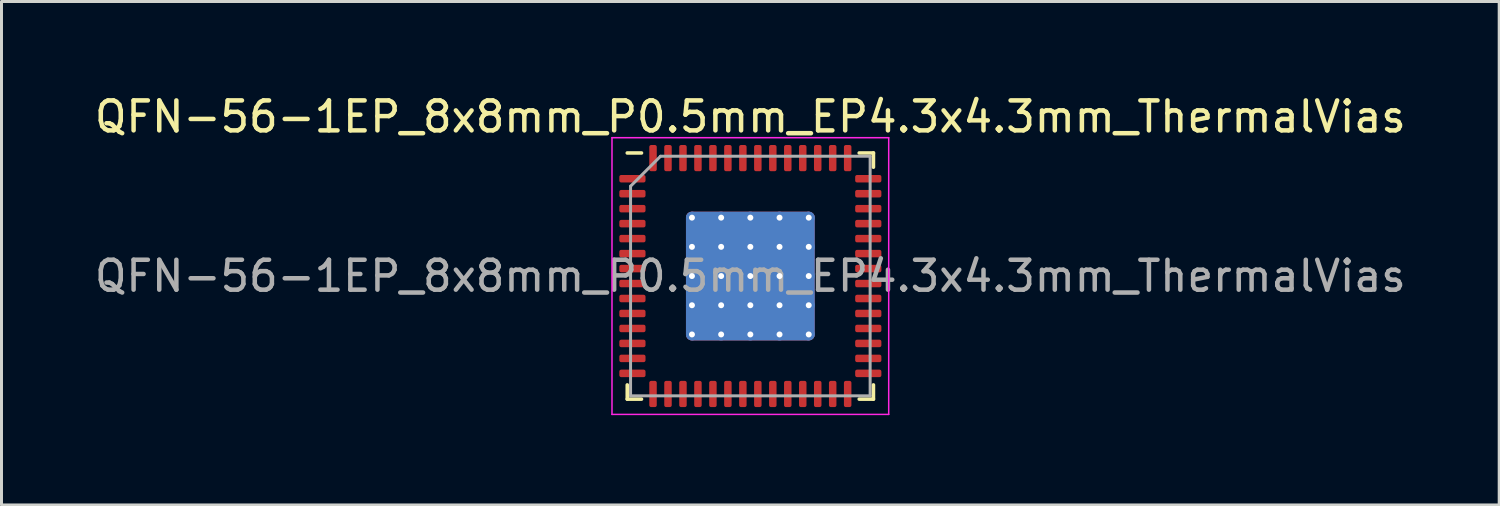
<source format=kicad_pcb>
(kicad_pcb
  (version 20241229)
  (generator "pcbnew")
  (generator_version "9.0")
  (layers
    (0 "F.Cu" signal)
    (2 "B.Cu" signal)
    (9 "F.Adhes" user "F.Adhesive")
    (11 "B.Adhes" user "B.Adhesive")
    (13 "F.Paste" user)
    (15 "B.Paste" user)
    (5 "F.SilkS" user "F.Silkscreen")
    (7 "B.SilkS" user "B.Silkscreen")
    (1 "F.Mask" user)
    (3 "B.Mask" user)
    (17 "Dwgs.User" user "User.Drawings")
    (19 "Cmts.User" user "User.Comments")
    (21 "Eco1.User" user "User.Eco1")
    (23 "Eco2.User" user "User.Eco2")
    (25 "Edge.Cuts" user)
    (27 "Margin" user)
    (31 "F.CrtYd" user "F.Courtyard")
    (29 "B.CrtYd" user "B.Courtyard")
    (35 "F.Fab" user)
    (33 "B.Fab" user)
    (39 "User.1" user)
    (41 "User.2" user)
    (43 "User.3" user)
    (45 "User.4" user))
  (footprint "QFN-56-1EP_8x8mm_P0.5mm_EP4.3x4.3mm_ThermalVias"
    (layer "F.Cu")
    (at 22.006 6.168)
    (property "Reference" "QFN-56-1EP_8x8mm_P0.5mm_EP4.3x4.3mm_ThermalVias" (at 0 -5.32 0) (layer "F.SilkS") (effects (font (size 1 1) (thickness 0.15))))
    (attr smd)
    (fp_line (start -4.11 4.11) (end -4.11 3.635) (stroke (width 0.12) (type solid)) (layer "F.SilkS"))
    (fp_line (start -3.635 -4.11) (end -4.11 -4.11) (stroke (width 0.12) (type solid)) (layer "F.SilkS"))
    (fp_line (start -3.635 4.11) (end -4.11 4.11) (stroke (width 0.12) (type solid)) (layer "F.SilkS"))
    (fp_line (start 3.635 -4.11) (end 4.11 -4.11) (stroke (width 0.12) (type solid)) (layer "F.SilkS"))
    (fp_line (start 3.635 4.11) (end 4.11 4.11) (stroke (width 0.12) (type solid)) (layer "F.SilkS"))
    (fp_line (start 4.11 -4.11) (end 4.11 -3.635) (stroke (width 0.12) (type solid)) (layer "F.SilkS"))
    (fp_line (start 4.11 4.11) (end 4.11 3.635) (stroke (width 0.12) (type solid)) (layer "F.SilkS"))
    (fp_line (start -4.62 -4.62) (end -4.62 4.62) (stroke (width 0.05) (type solid)) (layer "F.CrtYd"))
    (fp_line (start -4.62 4.62) (end 4.62 4.62) (stroke (width 0.05) (type solid)) (layer "F.CrtYd"))
    (fp_line (start 4.62 -4.62) (end -4.62 -4.62) (stroke (width 0.05) (type solid)) (layer "F.CrtYd"))
    (fp_line (start 4.62 4.62) (end 4.62 -4.62) (stroke (width 0.05) (type solid)) (layer "F.CrtYd"))
    (fp_line (start -4 -3) (end -3 -4) (stroke (width 0.1) (type solid)) (layer "F.Fab"))
    (fp_line (start -4 4) (end -4 -3) (stroke (width 0.1) (type solid)) (layer "F.Fab"))
    (fp_line (start -3 -4) (end 4 -4) (stroke (width 0.1) (type solid)) (layer "F.Fab"))
    (fp_line (start 4 -4) (end 4 4) (stroke (width 0.1) (type solid)) (layer "F.Fab"))
    (fp_line (start 4 4) (end -4 4) (stroke (width 0.1) (type solid)) (layer "F.Fab"))
    (fp_text user "${REFERENCE}" (at 0 0 0) (layer "F.Fab") (effects (font (size 1 1) (thickness 0.15))))
    (pad "" smd custom (at -1.462 -1.462) (size 0.733 0.733) (layers "F.Paste") (options (anchor circle)) (primitives (gr_poly (pts (xy -0.317 -0.235) (xy -0.235 -0.317) (xy 0.235 -0.317) (xy 0.317 -0.235) (xy 0.317 0.235) (xy 0.235 0.317) (xy -0.235 0.317) (xy -0.317 0.235)) (width 0.199) (fill yes))))
    (pad "" smd custom (at -1.462 -0.487) (size 0.733 0.733) (layers "F.Paste") (options (anchor circle)) (primitives (gr_poly (pts (xy -0.317 -0.235) (xy -0.235 -0.317) (xy 0.235 -0.317) (xy 0.317 -0.235) (xy 0.317 0.235) (xy 0.235 0.317) (xy -0.235 0.317) (xy -0.317 0.235)) (width 0.199) (fill yes))))
    (pad "" smd custom (at -1.462 0.487) (size 0.733 0.733) (layers "F.Paste") (options (anchor circle)) (primitives (gr_poly (pts (xy -0.317 -0.235) (xy -0.235 -0.317) (xy 0.235 -0.317) (xy 0.317 -0.235) (xy 0.317 0.235) (xy 0.235 0.317) (xy -0.235 0.317) (xy -0.317 0.235)) (width 0.199) (fill yes))))
    (pad "" smd custom (at -1.462 1.462) (size 0.733 0.733) (layers "F.Paste") (options (anchor circle)) (primitives (gr_poly (pts (xy -0.317 -0.235) (xy -0.235 -0.317) (xy 0.235 -0.317) (xy 0.317 -0.235) (xy 0.317 0.235) (xy 0.235 0.317) (xy -0.235 0.317) (xy -0.317 0.235)) (width 0.199) (fill yes))))
    (pad "" smd custom (at -0.487 -1.462) (size 0.733 0.733) (layers "F.Paste") (options (anchor circle)) (primitives (gr_poly (pts (xy -0.317 -0.235) (xy -0.235 -0.317) (xy 0.235 -0.317) (xy 0.317 -0.235) (xy 0.317 0.235) (xy 0.235 0.317) (xy -0.235 0.317) (xy -0.317 0.235)) (width 0.199) (fill yes))))
    (pad "" smd custom (at -0.487 -0.487) (size 0.733 0.733) (layers "F.Paste") (options (anchor circle)) (primitives (gr_poly (pts (xy -0.317 -0.235) (xy -0.235 -0.317) (xy 0.235 -0.317) (xy 0.317 -0.235) (xy 0.317 0.235) (xy 0.235 0.317) (xy -0.235 0.317) (xy -0.317 0.235)) (width 0.199) (fill yes))))
    (pad "" smd custom (at -0.487 0.487) (size 0.733 0.733) (layers "F.Paste") (options (anchor circle)) (primitives (gr_poly (pts (xy -0.317 -0.235) (xy -0.235 -0.317) (xy 0.235 -0.317) (xy 0.317 -0.235) (xy 0.317 0.235) (xy 0.235 0.317) (xy -0.235 0.317) (xy -0.317 0.235)) (width 0.199) (fill yes))))
    (pad "" smd custom (at -0.487 1.462) (size 0.733 0.733) (layers "F.Paste") (options (anchor circle)) (primitives (gr_poly (pts (xy -0.317 -0.235) (xy -0.235 -0.317) (xy 0.235 -0.317) (xy 0.317 -0.235) (xy 0.317 0.235) (xy 0.235 0.317) (xy -0.235 0.317) (xy -0.317 0.235)) (width 0.199) (fill yes))))
    (pad "" smd custom (at 0.487 -1.462) (size 0.733 0.733) (layers "F.Paste") (options (anchor circle)) (primitives (gr_poly (pts (xy -0.317 -0.235) (xy -0.235 -0.317) (xy 0.235 -0.317) (xy 0.317 -0.235) (xy 0.317 0.235) (xy 0.235 0.317) (xy -0.235 0.317) (xy -0.317 0.235)) (width 0.199) (fill yes))))
    (pad "" smd custom (at 0.487 -0.487) (size 0.733 0.733) (layers "F.Paste") (options (anchor circle)) (primitives (gr_poly (pts (xy -0.317 -0.235) (xy -0.235 -0.317) (xy 0.235 -0.317) (xy 0.317 -0.235) (xy 0.317 0.235) (xy 0.235 0.317) (xy -0.235 0.317) (xy -0.317 0.235)) (width 0.199) (fill yes))))
    (pad "" smd custom (at 0.487 0.487) (size 0.733 0.733) (layers "F.Paste") (options (anchor circle)) (primitives (gr_poly (pts (xy -0.317 -0.235) (xy -0.235 -0.317) (xy 0.235 -0.317) (xy 0.317 -0.235) (xy 0.317 0.235) (xy 0.235 0.317) (xy -0.235 0.317) (xy -0.317 0.235)) (width 0.199) (fill yes))))
    (pad "" smd custom (at 0.487 1.462) (size 0.733 0.733) (layers "F.Paste") (options (anchor circle)) (primitives (gr_poly (pts (xy -0.317 -0.235) (xy -0.235 -0.317) (xy 0.235 -0.317) (xy 0.317 -0.235) (xy 0.317 0.235) (xy 0.235 0.317) (xy -0.235 0.317) (xy -0.317 0.235)) (width 0.199) (fill yes))))
    (pad "" smd custom (at 1.462 -1.462) (size 0.733 0.733) (layers "F.Paste") (options (anchor circle)) (primitives (gr_poly (pts (xy -0.317 -0.235) (xy -0.235 -0.317) (xy 0.235 -0.317) (xy 0.317 -0.235) (xy 0.317 0.235) (xy 0.235 0.317) (xy -0.235 0.317) (xy -0.317 0.235)) (width 0.199) (fill yes))))
    (pad "" smd custom (at 1.462 -0.487) (size 0.733 0.733) (layers "F.Paste") (options (anchor circle)) (primitives (gr_poly (pts (xy -0.317 -0.235) (xy -0.235 -0.317) (xy 0.235 -0.317) (xy 0.317 -0.235) (xy 0.317 0.235) (xy 0.235 0.317) (xy -0.235 0.317) (xy -0.317 0.235)) (width 0.199) (fill yes))))
    (pad "" smd custom (at 1.462 0.487) (size 0.733 0.733) (layers "F.Paste") (options (anchor circle)) (primitives (gr_poly (pts (xy -0.317 -0.235) (xy -0.235 -0.317) (xy 0.235 -0.317) (xy 0.317 -0.235) (xy 0.317 0.235) (xy 0.235 0.317) (xy -0.235 0.317) (xy -0.317 0.235)) (width 0.199) (fill yes))))
    (pad "" smd custom (at 1.462 1.462) (size 0.733 0.733) (layers "F.Paste") (options (anchor circle)) (primitives (gr_poly (pts (xy -0.317 -0.235) (xy -0.235 -0.317) (xy 0.235 -0.317) (xy 0.317 -0.235) (xy 0.317 0.235) (xy 0.235 0.317) (xy -0.235 0.317) (xy -0.317 0.235)) (width 0.199) (fill yes))))
    (pad "1" smd roundrect (at -3.938 -3.25) (size 0.875 0.25) (layers "F.Cu" "F.Mask" "F.Paste") (roundrect_rratio 0.25))
    (pad "2" smd roundrect (at -3.938 -2.75) (size 0.875 0.25) (layers "F.Cu" "F.Mask" "F.Paste") (roundrect_rratio 0.25))
    (pad "3" smd roundrect (at -3.938 -2.25) (size 0.875 0.25) (layers "F.Cu" "F.Mask" "F.Paste") (roundrect_rratio 0.25))
    (pad "4" smd roundrect (at -3.938 -1.75) (size 0.875 0.25) (layers "F.Cu" "F.Mask" "F.Paste") (roundrect_rratio 0.25))
    (pad "5" smd roundrect (at -3.938 -1.25) (size 0.875 0.25) (layers "F.Cu" "F.Mask" "F.Paste") (roundrect_rratio 0.25))
    (pad "6" smd roundrect (at -3.938 -0.75) (size 0.875 0.25) (layers "F.Cu" "F.Mask" "F.Paste") (roundrect_rratio 0.25))
    (pad "7" smd roundrect (at -3.938 -0.25) (size 0.875 0.25) (layers "F.Cu" "F.Mask" "F.Paste") (roundrect_rratio 0.25))
    (pad "8" smd roundrect (at -3.938 0.25) (size 0.875 0.25) (layers "F.Cu" "F.Mask" "F.Paste") (roundrect_rratio 0.25))
    (pad "9" smd roundrect (at -3.938 0.75) (size 0.875 0.25) (layers "F.Cu" "F.Mask" "F.Paste") (roundrect_rratio 0.25))
    (pad "10" smd roundrect (at -3.938 1.25) (size 0.875 0.25) (layers "F.Cu" "F.Mask" "F.Paste") (roundrect_rratio 0.25))
    (pad "11" smd roundrect (at -3.938 1.75) (size 0.875 0.25) (layers "F.Cu" "F.Mask" "F.Paste") (roundrect_rratio 0.25))
    (pad "12" smd roundrect (at -3.938 2.25) (size 0.875 0.25) (layers "F.Cu" "F.Mask" "F.Paste") (roundrect_rratio 0.25))
    (pad "13" smd roundrect (at -3.938 2.75) (size 0.875 0.25) (layers "F.Cu" "F.Mask" "F.Paste") (roundrect_rratio 0.25))
    (pad "14" smd roundrect (at -3.938 3.25) (size 0.875 0.25) (layers "F.Cu" "F.Mask" "F.Paste") (roundrect_rratio 0.25))
    (pad "15" smd roundrect (at -3.25 3.938) (size 0.25 0.875) (layers "F.Cu" "F.Mask" "F.Paste") (roundrect_rratio 0.25))
    (pad "16" smd roundrect (at -2.75 3.938) (size 0.25 0.875) (layers "F.Cu" "F.Mask" "F.Paste") (roundrect_rratio 0.25))
    (pad "17" smd roundrect (at -2.25 3.938) (size 0.25 0.875) (layers "F.Cu" "F.Mask" "F.Paste") (roundrect_rratio 0.25))
    (pad "18" smd roundrect (at -1.75 3.938) (size 0.25 0.875) (layers "F.Cu" "F.Mask" "F.Paste") (roundrect_rratio 0.25))
    (pad "19" smd roundrect (at -1.25 3.938) (size 0.25 0.875) (layers "F.Cu" "F.Mask" "F.Paste") (roundrect_rratio 0.25))
    (pad "20" smd roundrect (at -0.75 3.938) (size 0.25 0.875) (layers "F.Cu" "F.Mask" "F.Paste") (roundrect_rratio 0.25))
    (pad "21" smd roundrect (at -0.25 3.938) (size 0.25 0.875) (layers "F.Cu" "F.Mask" "F.Paste") (roundrect_rratio 0.25))
    (pad "22" smd roundrect (at 0.25 3.938) (size 0.25 0.875) (layers "F.Cu" "F.Mask" "F.Paste") (roundrect_rratio 0.25))
    (pad "23" smd roundrect (at 0.75 3.938) (size 0.25 0.875) (layers "F.Cu" "F.Mask" "F.Paste") (roundrect_rratio 0.25))
    (pad "24" smd roundrect (at 1.25 3.938) (size 0.25 0.875) (layers "F.Cu" "F.Mask" "F.Paste") (roundrect_rratio 0.25))
    (pad "25" smd roundrect (at 1.75 3.938) (size 0.25 0.875) (layers "F.Cu" "F.Mask" "F.Paste") (roundrect_rratio 0.25))
    (pad "26" smd roundrect (at 2.25 3.938) (size 0.25 0.875) (layers "F.Cu" "F.Mask" "F.Paste") (roundrect_rratio 0.25))
    (pad "27" smd roundrect (at 2.75 3.938) (size 0.25 0.875) (layers "F.Cu" "F.Mask" "F.Paste") (roundrect_rratio 0.25))
    (pad "28" smd roundrect (at 3.25 3.938) (size 0.25 0.875) (layers "F.Cu" "F.Mask" "F.Paste") (roundrect_rratio 0.25))
    (pad "29" smd roundrect (at 3.938 3.25) (size 0.875 0.25) (layers "F.Cu" "F.Mask" "F.Paste") (roundrect_rratio 0.25))
    (pad "30" smd roundrect (at 3.938 2.75) (size 0.875 0.25) (layers "F.Cu" "F.Mask" "F.Paste") (roundrect_rratio 0.25))
    (pad "31" smd roundrect (at 3.938 2.25) (size 0.875 0.25) (layers "F.Cu" "F.Mask" "F.Paste") (roundrect_rratio 0.25))
    (pad "32" smd roundrect (at 3.938 1.75) (size 0.875 0.25) (layers "F.Cu" "F.Mask" "F.Paste") (roundrect_rratio 0.25))
    (pad "33" smd roundrect (at 3.938 1.25) (size 0.875 0.25) (layers "F.Cu" "F.Mask" "F.Paste") (roundrect_rratio 0.25))
    (pad "34" smd roundrect (at 3.938 0.75) (size 0.875 0.25) (layers "F.Cu" "F.Mask" "F.Paste") (roundrect_rratio 0.25))
    (pad "35" smd roundrect (at 3.938 0.25) (size 0.875 0.25) (layers "F.Cu" "F.Mask" "F.Paste") (roundrect_rratio 0.25))
    (pad "36" smd roundrect (at 3.938 -0.25) (size 0.875 0.25) (layers "F.Cu" "F.Mask" "F.Paste") (roundrect_rratio 0.25))
    (pad "37" smd roundrect (at 3.938 -0.75) (size 0.875 0.25) (layers "F.Cu" "F.Mask" "F.Paste") (roundrect_rratio 0.25))
    (pad "38" smd roundrect (at 3.938 -1.25) (size 0.875 0.25) (layers "F.Cu" "F.Mask" "F.Paste") (roundrect_rratio 0.25))
    (pad "39" smd roundrect (at 3.938 -1.75) (size 0.875 0.25) (layers "F.Cu" "F.Mask" "F.Paste") (roundrect_rratio 0.25))
    (pad "40" smd roundrect (at 3.938 -2.25) (size 0.875 0.25) (layers "F.Cu" "F.Mask" "F.Paste") (roundrect_rratio 0.25))
    (pad "41" smd roundrect (at 3.938 -2.75) (size 0.875 0.25) (layers "F.Cu" "F.Mask" "F.Paste") (roundrect_rratio 0.25))
    (pad "42" smd roundrect (at 3.938 -3.25) (size 0.875 0.25) (layers "F.Cu" "F.Mask" "F.Paste") (roundrect_rratio 0.25))
    (pad "43" smd roundrect (at 3.25 -3.938) (size 0.25 0.875) (layers "F.Cu" "F.Mask" "F.Paste") (roundrect_rratio 0.25))
    (pad "44" smd roundrect (at 2.75 -3.938) (size 0.25 0.875) (layers "F.Cu" "F.Mask" "F.Paste") (roundrect_rratio 0.25))
    (pad "45" smd roundrect (at 2.25 -3.938) (size 0.25 0.875) (layers "F.Cu" "F.Mask" "F.Paste") (roundrect_rratio 0.25))
    (pad "46" smd roundrect (at 1.75 -3.938) (size 0.25 0.875) (layers "F.Cu" "F.Mask" "F.Paste") (roundrect_rratio 0.25))
    (pad "47" smd roundrect (at 1.25 -3.938) (size 0.25 0.875) (layers "F.Cu" "F.Mask" "F.Paste") (roundrect_rratio 0.25))
    (pad "48" smd roundrect (at 0.75 -3.938) (size 0.25 0.875) (layers "F.Cu" "F.Mask" "F.Paste") (roundrect_rratio 0.25))
    (pad "49" smd roundrect (at 0.25 -3.938) (size 0.25 0.875) (layers "F.Cu" "F.Mask" "F.Paste") (roundrect_rratio 0.25))
    (pad "50" smd roundrect (at -0.25 -3.938) (size 0.25 0.875) (layers "F.Cu" "F.Mask" "F.Paste") (roundrect_rratio 0.25))
    (pad "51" smd roundrect (at -0.75 -3.938) (size 0.25 0.875) (layers "F.Cu" "F.Mask" "F.Paste") (roundrect_rratio 0.25))
    (pad "52" smd roundrect (at -1.25 -3.938) (size 0.25 0.875) (layers "F.Cu" "F.Mask" "F.Paste") (roundrect_rratio 0.25))
    (pad "53" smd roundrect (at -1.75 -3.938) (size 0.25 0.875) (layers "F.Cu" "F.Mask" "F.Paste") (roundrect_rratio 0.25))
    (pad "54" smd roundrect (at -2.25 -3.938) (size 0.25 0.875) (layers "F.Cu" "F.Mask" "F.Paste") (roundrect_rratio 0.25))
    (pad "55" smd roundrect (at -2.75 -3.938) (size 0.25 0.875) (layers "F.Cu" "F.Mask" "F.Paste") (roundrect_rratio 0.25))
    (pad "56" smd roundrect (at -3.25 -3.938) (size 0.25 0.875) (layers "F.Cu" "F.Mask" "F.Paste") (roundrect_rratio 0.25))
    (pad "57" thru_hole circle (at -1.95 -1.95) (size 0.4 0.4) (drill 0.2) (layers "*.Cu"))
    (pad "57" thru_hole circle (at -1.95 -0.975) (size 0.4 0.4) (drill 0.2) (layers "*.Cu"))
    (pad "57" thru_hole circle (at -1.95 0) (size 0.4 0.4) (drill 0.2) (layers "*.Cu"))
    (pad "57" thru_hole circle (at -1.95 0.975) (size 0.4 0.4) (drill 0.2) (layers "*.Cu"))
    (pad "57" thru_hole circle (at -1.95 1.95) (size 0.4 0.4) (drill 0.2) (layers "*.Cu"))
    (pad "57" thru_hole circle (at -0.975 -1.95) (size 0.4 0.4) (drill 0.2) (layers "*.Cu"))
    (pad "57" thru_hole circle (at -0.975 -0.975) (size 0.4 0.4) (drill 0.2) (layers "*.Cu"))
    (pad "57" thru_hole circle (at -0.975 0) (size 0.4 0.4) (drill 0.2) (layers "*.Cu"))
    (pad "57" thru_hole circle (at -0.975 0.975) (size 0.4 0.4) (drill 0.2) (layers "*.Cu"))
    (pad "57" thru_hole circle (at -0.975 1.95) (size 0.4 0.4) (drill 0.2) (layers "*.Cu"))
    (pad "57" thru_hole circle (at 0 -1.95) (size 0.4 0.4) (drill 0.2) (layers "*.Cu"))
    (pad "57" thru_hole circle (at 0 -0.975) (size 0.4 0.4) (drill 0.2) (layers "*.Cu"))
    (pad "57" thru_hole circle (at 0 0) (size 0.4 0.4) (drill 0.2) (layers "*.Cu"))
    (pad "57" smd roundrect (at 0 0) (size 4.3 4.3) (layers "F.Cu" "F.Mask") (roundrect_rratio 0.047))
    (pad "57" smd roundrect (at 0 0) (size 4.3 4.3) (layers "B.Cu") (roundrect_rratio 0.047))
    (pad "57" thru_hole circle (at 0 0.975) (size 0.4 0.4) (drill 0.2) (layers "*.Cu"))
    (pad "57" thru_hole circle (at 0 1.95) (size 0.4 0.4) (drill 0.2) (layers "*.Cu"))
    (pad "57" thru_hole circle (at 0.975 -1.95) (size 0.4 0.4) (drill 0.2) (layers "*.Cu"))
    (pad "57" thru_hole circle (at 0.975 -0.975) (size 0.4 0.4) (drill 0.2) (layers "*.Cu"))
    (pad "57" thru_hole circle (at 0.975 0) (size 0.4 0.4) (drill 0.2) (layers "*.Cu"))
    (pad "57" thru_hole circle (at 0.975 0.975) (size 0.4 0.4) (drill 0.2) (layers "*.Cu"))
    (pad "57" thru_hole circle (at 0.975 1.95) (size 0.4 0.4) (drill 0.2) (layers "*.Cu"))
    (pad "57" thru_hole circle (at 1.95 -1.95) (size 0.4 0.4) (drill 0.2) (layers "*.Cu"))
    (pad "57" thru_hole circle (at 1.95 -0.975) (size 0.4 0.4) (drill 0.2) (layers "*.Cu"))
    (pad "57" thru_hole circle (at 1.95 0) (size 0.4 0.4) (drill 0.2) (layers "*.Cu"))
    (pad "57" thru_hole circle (at 1.95 0.975) (size 0.4 0.4) (drill 0.2) (layers "*.Cu"))
    (pad "57" thru_hole circle (at 1.95 1.95) (size 0.4 0.4) (drill 0.2) (layers "*.Cu")))
  (gr_rect
    (start -3 -3)
    (end 47.012 13.813)
    (stroke (width 0.1) (type default))
    (fill no)
    (layer "Edge.Cuts")))
</source>
